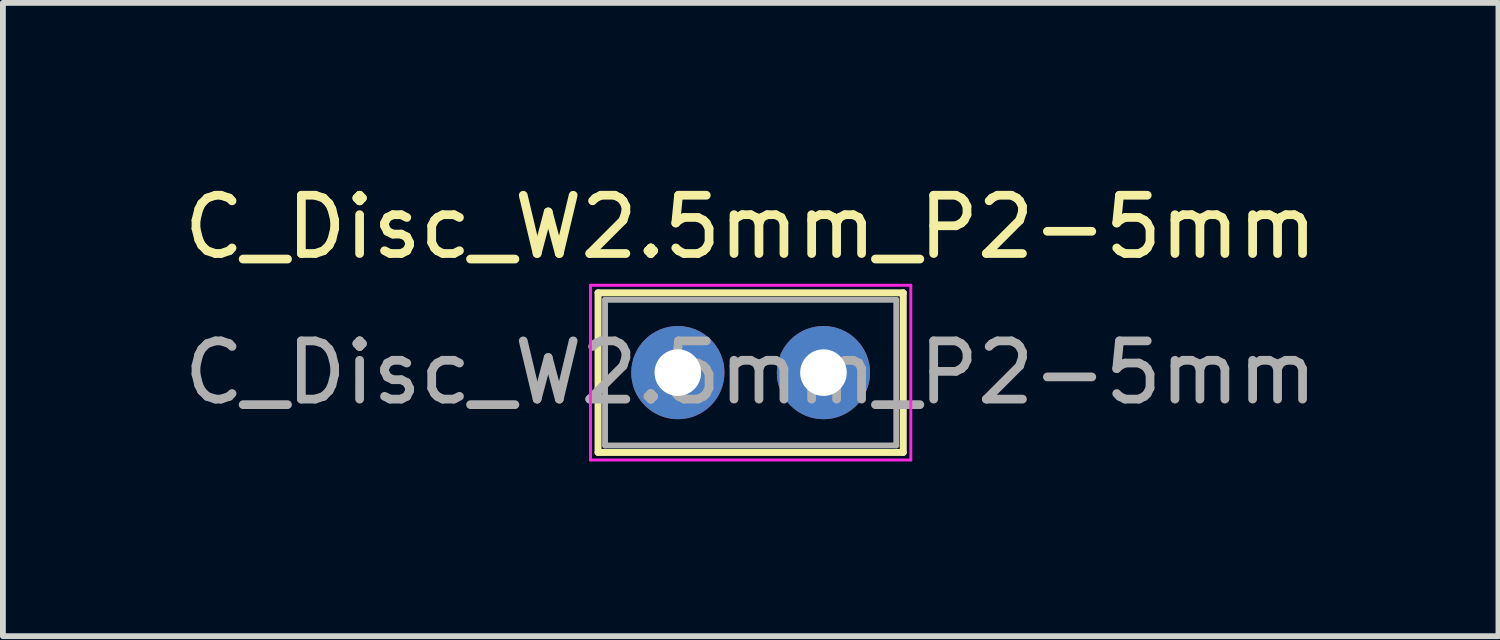
<source format=kicad_pcb>
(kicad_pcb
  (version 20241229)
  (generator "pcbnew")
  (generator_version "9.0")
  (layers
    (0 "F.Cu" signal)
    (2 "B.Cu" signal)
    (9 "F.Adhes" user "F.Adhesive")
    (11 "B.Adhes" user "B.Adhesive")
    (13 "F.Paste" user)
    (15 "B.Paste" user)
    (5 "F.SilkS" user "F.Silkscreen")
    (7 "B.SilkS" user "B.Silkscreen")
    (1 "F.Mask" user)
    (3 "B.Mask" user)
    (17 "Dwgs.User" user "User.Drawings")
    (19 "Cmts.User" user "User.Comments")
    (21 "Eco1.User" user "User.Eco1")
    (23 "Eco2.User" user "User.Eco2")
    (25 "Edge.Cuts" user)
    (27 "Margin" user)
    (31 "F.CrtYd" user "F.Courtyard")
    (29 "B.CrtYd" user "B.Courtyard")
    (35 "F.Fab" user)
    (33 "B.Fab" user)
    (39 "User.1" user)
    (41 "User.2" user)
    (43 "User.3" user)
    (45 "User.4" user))
  (footprint "C_Disc_W2.5mm_P2-5mm"
    (layer "F.Cu")
    (at 8.589 3.348)
    (property "Reference" "C_Disc_W2.5mm_P2-5mm" (at 1.25 -2.5 0) (layer "F.SilkS") (effects (font (size 1 1) (thickness 0.15))))
    (attr through_hole)
    (fp_line (start -1.37 -1.37) (end -1.37 1.37) (stroke (width 0.12) (type solid)) (layer "F.SilkS"))
    (fp_line (start -1.37 -1.37) (end 3.87 -1.37) (stroke (width 0.12) (type solid)) (layer "F.SilkS"))
    (fp_line (start -1.37 1.37) (end 3.87 1.37) (stroke (width 0.12) (type solid)) (layer "F.SilkS"))
    (fp_line (start 3.87 -1.37) (end 3.87 1.37) (stroke (width 0.12) (type solid)) (layer "F.SilkS"))
    (fp_line (start -1.5 -1.5) (end -1.5 1.5) (stroke (width 0.05) (type solid)) (layer "F.CrtYd"))
    (fp_line (start -1.5 1.5) (end 4 1.5) (stroke (width 0.05) (type solid)) (layer "F.CrtYd"))
    (fp_line (start 4 -1.5) (end -1.5 -1.5) (stroke (width 0.05) (type solid)) (layer "F.CrtYd"))
    (fp_line (start 4 1.5) (end 4 -1.5) (stroke (width 0.05) (type solid)) (layer "F.CrtYd"))
    (fp_line (start -1.25 -1.25) (end -1.25 1.25) (stroke (width 0.1) (type solid)) (layer "F.Fab"))
    (fp_line (start -1.25 1.25) (end 3.75 1.25) (stroke (width 0.1) (type solid)) (layer "F.Fab"))
    (fp_line (start 3.75 -1.25) (end -1.25 -1.25) (stroke (width 0.1) (type solid)) (layer "F.Fab"))
    (fp_line (start 3.75 1.25) (end 3.75 -1.25) (stroke (width 0.1) (type solid)) (layer "F.Fab"))
    (fp_text user "${REFERENCE}" (at 1.25 0 0) (layer "F.Fab") (effects (font (size 1 1) (thickness 0.15))))
    (pad "1" thru_hole circle (at 0 0) (size 1.6 1.6) (drill 0.8) (layers "*.Cu" "*.Mask"))
    (pad "2" thru_hole circle (at 2.5 0) (size 1.6 1.6) (drill 0.8) (layers "*.Cu" "*.Mask")))
  (gr_rect
    (start -3 -3)
    (end 22.679 7.873)
    (stroke (width 0.1) (type default))
    (fill no)
    (layer "Edge.Cuts")))
</source>
